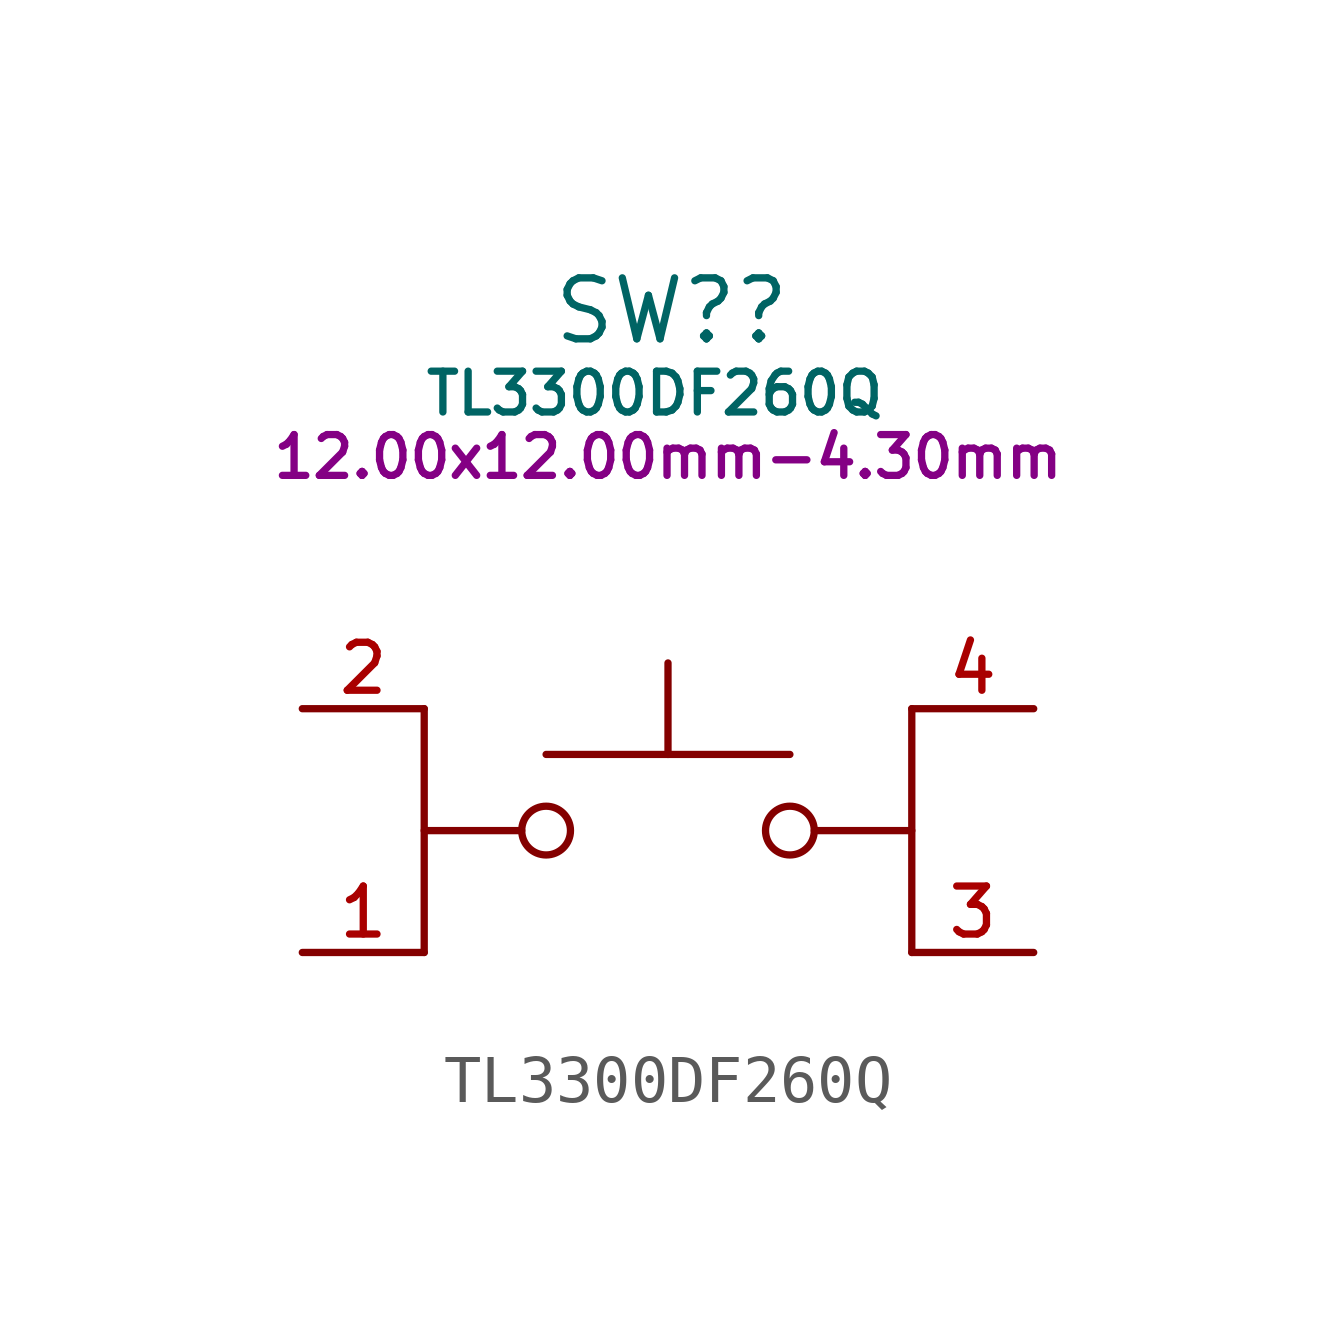
<source format=kicad_sym>
(kicad_symbol_lib
  (version 20211014)
  (generator kicad_symbol_editor)
  (symbol "TL3300DF260Q"
    (pin_names
      (offset 1.016))
    (property "Reference" "SW?"
      (at 0.076 10.084 0)
      (effects (font (size 1.27 1.27)) (justify bottom)))
    (property "Value" "TL3300DF260Q"
      (at -0.279 8.611 0)
      (effects (font (size 0.85 0.85)) (justify bottom)))
    (property "Size" "12.00x12.00mm-4.30mm"
      (at 0 7.29 0)
      (effects (font (size 0.85 0.85)) (justify bottom)))
    (symbol "TL3300DF260Q_0_0"
      (circle (center -2.54 0) (radius 0.508) (stroke (width 0.152) (type default) (color 0 0 0 0)) (fill (type none)))
      (polyline (pts (xy -5.08 0) (xy -3.048 0)) (stroke (width 0.152) (type default) (color 0 0 0 0)) (fill (type none)))
      (polyline (pts (xy -5.08 2.54) (xy -5.08 -2.54)) (stroke (width 0.152) (type default) (color 0 0 0 0)) (fill (type none)))
      (polyline (pts (xy -2.54 1.587) (xy 0 1.587)) (stroke (width 0.152) (type default) (color 0 0 0 0)) (fill (type none)))
      (polyline (pts (xy 0 1.587) (xy 0 3.493)) (stroke (width 0.152) (type default) (color 0 0 0 0)) (fill (type none)))
      (polyline (pts (xy 0 1.587) (xy 2.54 1.587)) (stroke (width 0.152) (type default) (color 0 0 0 0)) (fill (type none)))
      (polyline (pts (xy 5.08 0) (xy 3.048 0)) (stroke (width 0.152) (type default) (color 0 0 0 0)) (fill (type none)))
      (polyline (pts (xy 5.08 2.54) (xy 5.08 -2.54)) (stroke (width 0.152) (type default) (color 0 0 0 0)) (fill (type none)))
      (circle (center 2.54 0) (radius 0.508) (stroke (width 0.152) (type default) (color 0 0 0 0)) (fill (type none)))
      (pin passive line (at -7.62 -2.54 0) (length 2.54) (name "~" (effects (font (size 1 1)))) (number "1" (effects (font (size 1 1)))))
      (pin passive line (at -7.62 2.54 0) (length 2.54) (name "~" (effects (font (size 1 1)))) (number "2" (effects (font (size 1 1)))))
      (pin passive line (at 7.62 -2.54 180) (length 2.54) (name "~" (effects (font (size 1 1)))) (number "3" (effects (font (size 1 1)))))
      (pin passive line (at 7.62 2.54 180) (length 2.54) (name "~" (effects (font (size 1 1)))) (number "4" (effects (font (size 1 1))))))))
</source>
